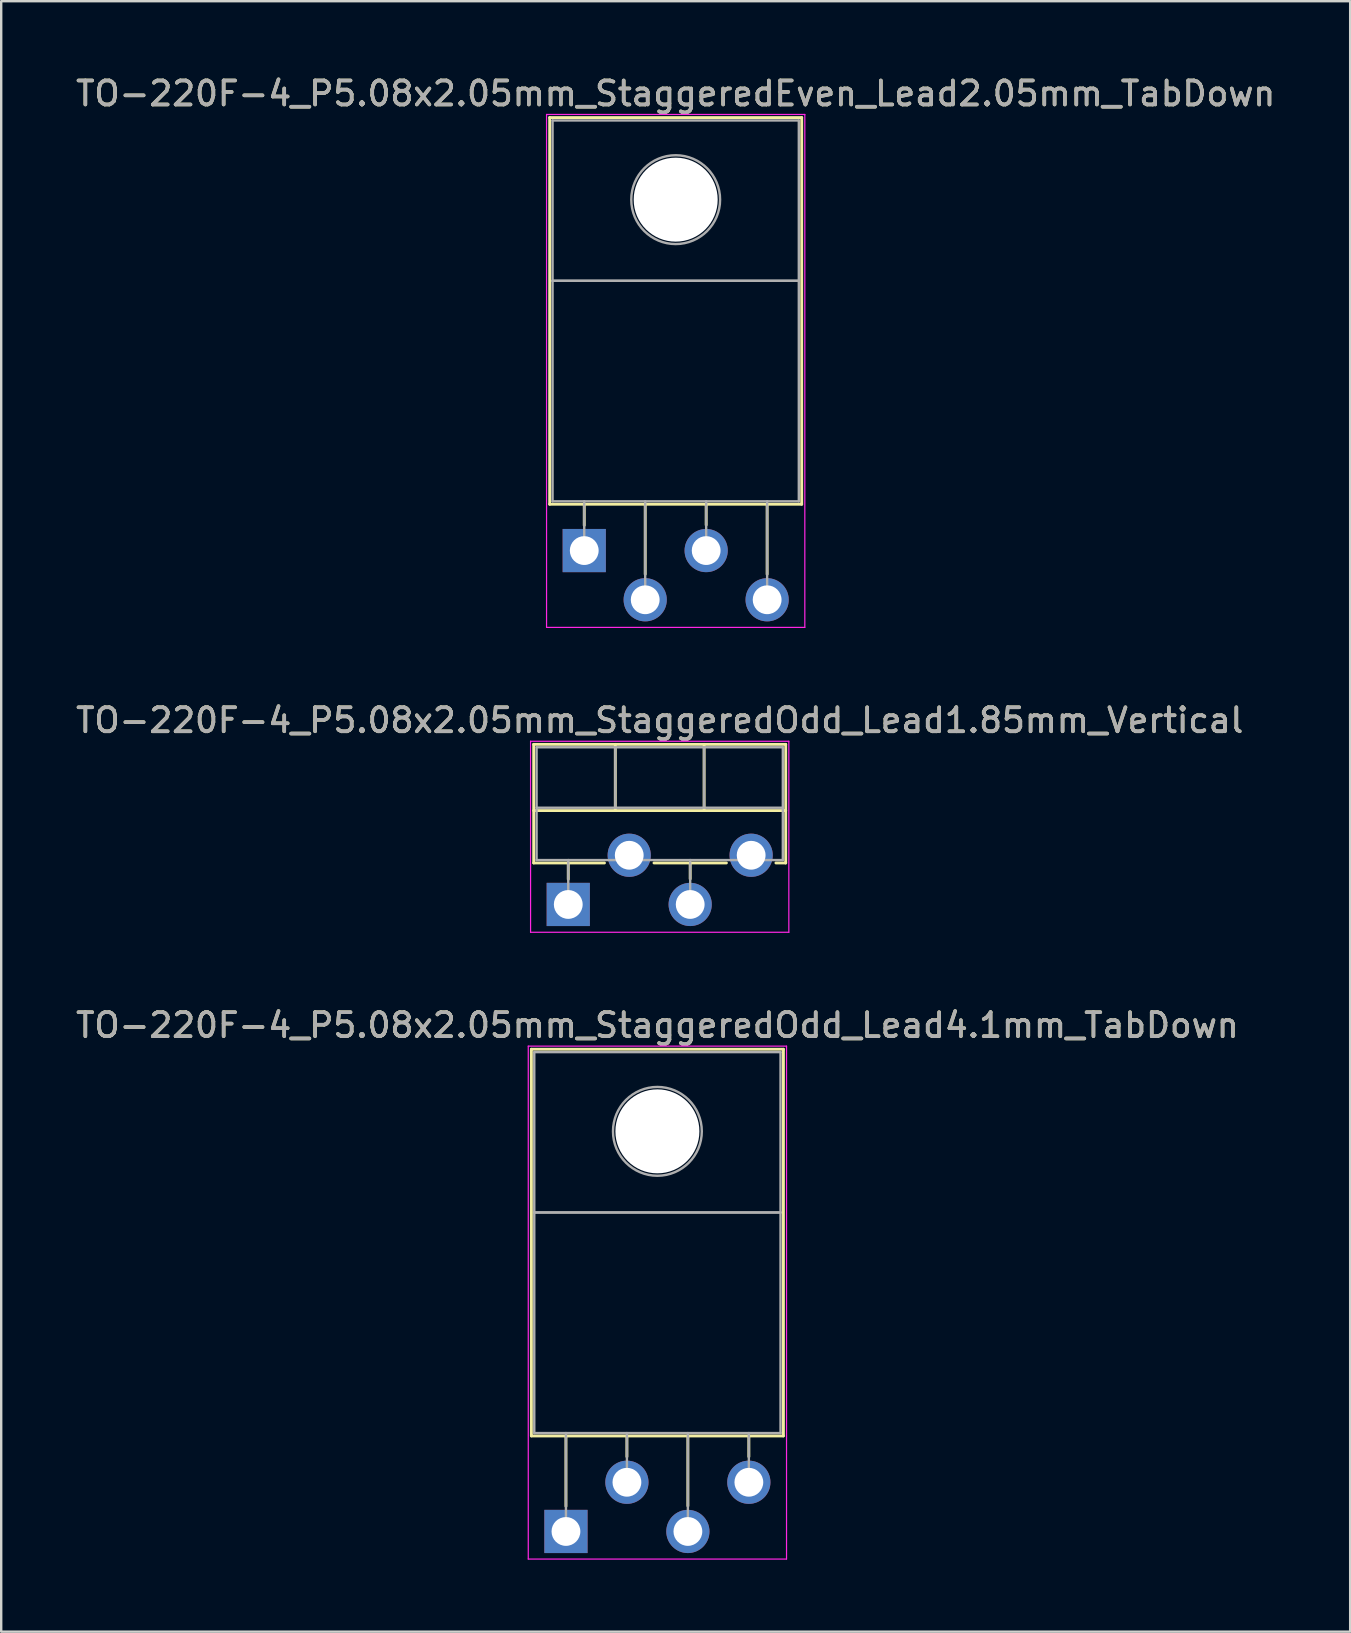
<source format=kicad_pcb>
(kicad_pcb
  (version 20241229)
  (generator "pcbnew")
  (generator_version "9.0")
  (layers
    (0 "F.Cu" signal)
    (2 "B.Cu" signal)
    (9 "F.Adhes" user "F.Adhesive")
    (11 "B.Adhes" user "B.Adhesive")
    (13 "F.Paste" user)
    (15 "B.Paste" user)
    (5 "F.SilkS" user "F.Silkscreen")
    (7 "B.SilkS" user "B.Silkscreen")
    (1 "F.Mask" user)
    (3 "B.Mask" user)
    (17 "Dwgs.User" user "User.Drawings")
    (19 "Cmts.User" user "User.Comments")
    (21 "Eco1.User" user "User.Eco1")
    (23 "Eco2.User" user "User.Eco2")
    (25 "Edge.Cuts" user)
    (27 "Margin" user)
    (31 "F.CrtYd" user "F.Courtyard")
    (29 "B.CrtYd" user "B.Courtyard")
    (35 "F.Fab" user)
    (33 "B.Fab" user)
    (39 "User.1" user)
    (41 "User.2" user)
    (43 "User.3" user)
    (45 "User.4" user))
  (footprint "TO-220F-4_P5.08x2.05mm_StaggeredEven_Lead2.05mm_TabDown"
    (layer "F.Cu")
    (at 21.291 19.888)
    (property "Reference" "TO-220F-4_P5.08x2.05mm_StaggeredEven_Lead2.05mm_TabDown" (at 3.81 -19.04 0) (layer "F.SilkS") (effects (font (size 1 1) (thickness 0.15))))
    (attr through_hole)
    (fp_line (start -1.44 -18.04) (end -1.44 -1.93) (stroke (width 0.12) (type solid)) (layer "F.SilkS"))
    (fp_line (start -1.44 -18.04) (end 9.06 -18.04) (stroke (width 0.12) (type solid)) (layer "F.SilkS"))
    (fp_line (start -1.44 -1.93) (end 9.06 -1.93) (stroke (width 0.12) (type solid)) (layer "F.SilkS"))
    (fp_line (start 0 -1.93) (end 0 -1.05) (stroke (width 0.12) (type solid)) (layer "F.SilkS"))
    (fp_line (start 2.54 -1.93) (end 2.54 0.985) (stroke (width 0.12) (type solid)) (layer "F.SilkS"))
    (fp_line (start 5.08 -1.93) (end 5.08 -1.066) (stroke (width 0.12) (type solid)) (layer "F.SilkS"))
    (fp_line (start 7.62 -1.93) (end 7.62 0.985) (stroke (width 0.12) (type solid)) (layer "F.SilkS"))
    (fp_line (start 9.06 -18.04) (end 9.06 -1.93) (stroke (width 0.12) (type solid)) (layer "F.SilkS"))
    (fp_line (start -1.57 -18.17) (end -1.57 3.2) (stroke (width 0.05) (type solid)) (layer "F.CrtYd"))
    (fp_line (start -1.57 3.2) (end 9.19 3.2) (stroke (width 0.05) (type solid)) (layer "F.CrtYd"))
    (fp_line (start 9.19 -18.17) (end -1.57 -18.17) (stroke (width 0.05) (type solid)) (layer "F.CrtYd"))
    (fp_line (start 9.19 3.2) (end 9.19 -18.17) (stroke (width 0.05) (type solid)) (layer "F.CrtYd"))
    (fp_line (start -1.32 -17.92) (end 8.94 -17.92) (stroke (width 0.1) (type solid)) (layer "F.Fab"))
    (fp_line (start -1.32 -11.24) (end -1.32 -17.92) (stroke (width 0.1) (type solid)) (layer "F.Fab"))
    (fp_line (start -1.32 -11.24) (end 8.94 -11.24) (stroke (width 0.1) (type solid)) (layer "F.Fab"))
    (fp_line (start -1.32 -2.05) (end -1.32 -11.24) (stroke (width 0.1) (type solid)) (layer "F.Fab"))
    (fp_line (start 0 -2.05) (end 0 0) (stroke (width 0.1) (type solid)) (layer "F.Fab"))
    (fp_line (start 2.54 -2.05) (end 2.54 2.05) (stroke (width 0.1) (type solid)) (layer "F.Fab"))
    (fp_line (start 5.08 -2.05) (end 5.08 0) (stroke (width 0.1) (type solid)) (layer "F.Fab"))
    (fp_line (start 7.62 -2.05) (end 7.62 2.05) (stroke (width 0.1) (type solid)) (layer "F.Fab"))
    (fp_line (start 8.94 -17.92) (end 8.94 -11.24) (stroke (width 0.1) (type solid)) (layer "F.Fab"))
    (fp_line (start 8.94 -11.24) (end -1.32 -11.24) (stroke (width 0.1) (type solid)) (layer "F.Fab"))
    (fp_line (start 8.94 -11.24) (end 8.94 -2.05) (stroke (width 0.1) (type solid)) (layer "F.Fab"))
    (fp_line (start 8.94 -2.05) (end -1.32 -2.05) (stroke (width 0.1) (type solid)) (layer "F.Fab"))
    (fp_circle (center 3.81 -14.62) (end 5.66 -14.62) (stroke (width 0.1) (type solid)) (fill no) (layer "F.Fab"))
    (fp_text user "${REFERENCE}" (at 3.81 -19.04 0) (layer "F.Fab") (effects (font (size 1 1) (thickness 0.15))))
    (pad "" np_thru_hole oval (at 3.81 -14.62) (size 3.5 3.5) (drill 3.5) (layers "*.Cu" "*.Mask"))
    (pad "1" thru_hole rect (at 0 0) (size 1.8 1.8) (drill 1.2) (layers "*.Cu" "*.Mask"))
    (pad "2" thru_hole oval (at 2.54 2.05) (size 1.8 1.8) (drill 1.2) (layers "*.Cu" "*.Mask"))
    (pad "3" thru_hole oval (at 5.08 0) (size 1.8 1.8) (drill 1.2) (layers "*.Cu" "*.Mask"))
    (pad "4" thru_hole oval (at 7.62 2.05) (size 1.8 1.8) (drill 1.2) (layers "*.Cu" "*.Mask")))
  (footprint "TO-220F-4_P5.08x2.05mm_StaggeredOdd_Lead4.1mm_TabDown"
    (layer "F.Cu")
    (at 20.529 60.755)
    (property "Reference" "TO-220F-4_P5.08x2.05mm_StaggeredOdd_Lead4.1mm_TabDown" (at 3.81 -21.09 0) (layer "F.SilkS") (effects (font (size 1 1) (thickness 0.15))))
    (attr through_hole)
    (fp_line (start -1.44 -20.09) (end -1.44 -3.98) (stroke (width 0.12) (type solid)) (layer "F.SilkS"))
    (fp_line (start -1.44 -20.09) (end 9.06 -20.09) (stroke (width 0.12) (type solid)) (layer "F.SilkS"))
    (fp_line (start -1.44 -3.98) (end 9.06 -3.98) (stroke (width 0.12) (type solid)) (layer "F.SilkS"))
    (fp_line (start 0 -3.98) (end 0 -1.05) (stroke (width 0.12) (type solid)) (layer "F.SilkS"))
    (fp_line (start 2.54 -3.98) (end 2.54 -3.116) (stroke (width 0.12) (type solid)) (layer "F.SilkS"))
    (fp_line (start 5.08 -3.98) (end 5.08 -1.065) (stroke (width 0.12) (type solid)) (layer "F.SilkS"))
    (fp_line (start 7.62 -3.98) (end 7.62 -3.116) (stroke (width 0.12) (type solid)) (layer "F.SilkS"))
    (fp_line (start 9.06 -20.09) (end 9.06 -3.98) (stroke (width 0.12) (type solid)) (layer "F.SilkS"))
    (fp_line (start -1.57 -20.22) (end -1.57 1.15) (stroke (width 0.05) (type solid)) (layer "F.CrtYd"))
    (fp_line (start -1.57 1.15) (end 9.19 1.15) (stroke (width 0.05) (type solid)) (layer "F.CrtYd"))
    (fp_line (start 9.19 -20.22) (end -1.57 -20.22) (stroke (width 0.05) (type solid)) (layer "F.CrtYd"))
    (fp_line (start 9.19 1.15) (end 9.19 -20.22) (stroke (width 0.05) (type solid)) (layer "F.CrtYd"))
    (fp_line (start -1.32 -19.97) (end 8.94 -19.97) (stroke (width 0.1) (type solid)) (layer "F.Fab"))
    (fp_line (start -1.32 -13.29) (end -1.32 -19.97) (stroke (width 0.1) (type solid)) (layer "F.Fab"))
    (fp_line (start -1.32 -13.29) (end 8.94 -13.29) (stroke (width 0.1) (type solid)) (layer "F.Fab"))
    (fp_line (start -1.32 -4.1) (end -1.32 -13.29) (stroke (width 0.1) (type solid)) (layer "F.Fab"))
    (fp_line (start 0 -4.1) (end 0 0) (stroke (width 0.1) (type solid)) (layer "F.Fab"))
    (fp_line (start 2.54 -4.1) (end 2.54 -2.05) (stroke (width 0.1) (type solid)) (layer "F.Fab"))
    (fp_line (start 5.08 -4.1) (end 5.08 0) (stroke (width 0.1) (type solid)) (layer "F.Fab"))
    (fp_line (start 7.62 -4.1) (end 7.62 -2.05) (stroke (width 0.1) (type solid)) (layer "F.Fab"))
    (fp_line (start 8.94 -19.97) (end 8.94 -13.29) (stroke (width 0.1) (type solid)) (layer "F.Fab"))
    (fp_line (start 8.94 -13.29) (end -1.32 -13.29) (stroke (width 0.1) (type solid)) (layer "F.Fab"))
    (fp_line (start 8.94 -13.29) (end 8.94 -4.1) (stroke (width 0.1) (type solid)) (layer "F.Fab"))
    (fp_line (start 8.94 -4.1) (end -1.32 -4.1) (stroke (width 0.1) (type solid)) (layer "F.Fab"))
    (fp_circle (center 3.81 -16.67) (end 5.66 -16.67) (stroke (width 0.1) (type solid)) (fill no) (layer "F.Fab"))
    (fp_text user "${REFERENCE}" (at 3.81 -21.09 0) (layer "F.Fab") (effects (font (size 1 1) (thickness 0.15))))
    (pad "" np_thru_hole oval (at 3.81 -16.67) (size 3.5 3.5) (drill 3.5) (layers "*.Cu" "*.Mask"))
    (pad "1" thru_hole rect (at 0 0) (size 1.8 1.8) (drill 1.2) (layers "*.Cu" "*.Mask"))
    (pad "2" thru_hole oval (at 2.54 -2.05) (size 1.8 1.8) (drill 1.2) (layers "*.Cu" "*.Mask"))
    (pad "3" thru_hole oval (at 5.08 0) (size 1.8 1.8) (drill 1.2) (layers "*.Cu" "*.Mask"))
    (pad "4" thru_hole oval (at 7.62 -2.05) (size 1.8 1.8) (drill 1.2) (layers "*.Cu" "*.Mask")))
  (footprint "TO-220F-4_P5.08x2.05mm_StaggeredOdd_Lead1.85mm_Vertical"
    (layer "F.Cu")
    (at 20.625 34.632)
    (property "Reference" "TO-220F-4_P5.08x2.05mm_StaggeredOdd_Lead1.85mm_Vertical" (at 3.81 -7.67 0) (layer "F.SilkS") (effects (font (size 1 1) (thickness 0.15))))
    (attr through_hole)
    (fp_line (start -1.44 -6.67) (end -1.44 -1.729) (stroke (width 0.12) (type solid)) (layer "F.SilkS"))
    (fp_line (start -1.44 -6.67) (end 9.06 -6.67) (stroke (width 0.12) (type solid)) (layer "F.SilkS"))
    (fp_line (start -1.44 -3.911) (end 9.06 -3.911) (stroke (width 0.12) (type solid)) (layer "F.SilkS"))
    (fp_line (start -1.44 -1.729) (end 1.509 -1.729) (stroke (width 0.12) (type solid)) (layer "F.SilkS"))
    (fp_line (start 0 -1.729) (end 0 -1.05) (stroke (width 0.12) (type solid)) (layer "F.SilkS"))
    (fp_line (start 1.96 -6.67) (end 1.96 -3.911) (stroke (width 0.12) (type solid)) (layer "F.SilkS"))
    (fp_line (start 3.572 -1.729) (end 6.589 -1.729) (stroke (width 0.12) (type solid)) (layer "F.SilkS"))
    (fp_line (start 5.08 -1.729) (end 5.08 -1.065) (stroke (width 0.12) (type solid)) (layer "F.SilkS"))
    (fp_line (start 5.66 -6.67) (end 5.66 -3.911) (stroke (width 0.12) (type solid)) (layer "F.SilkS"))
    (fp_line (start 8.652 -1.729) (end 9.06 -1.729) (stroke (width 0.12) (type solid)) (layer "F.SilkS"))
    (fp_line (start 9.06 -6.67) (end 9.06 -1.729) (stroke (width 0.12) (type solid)) (layer "F.SilkS"))
    (fp_line (start -1.57 -6.8) (end -1.57 1.16) (stroke (width 0.05) (type solid)) (layer "F.CrtYd"))
    (fp_line (start -1.57 1.16) (end 9.19 1.16) (stroke (width 0.05) (type solid)) (layer "F.CrtYd"))
    (fp_line (start 9.19 -6.8) (end -1.57 -6.8) (stroke (width 0.05) (type solid)) (layer "F.CrtYd"))
    (fp_line (start 9.19 1.16) (end 9.19 -6.8) (stroke (width 0.05) (type solid)) (layer "F.CrtYd"))
    (fp_line (start -1.32 -6.55) (end -1.32 -1.85) (stroke (width 0.1) (type solid)) (layer "F.Fab"))
    (fp_line (start -1.32 -4.03) (end 8.94 -4.03) (stroke (width 0.1) (type solid)) (layer "F.Fab"))
    (fp_line (start -1.32 -1.85) (end 8.94 -1.85) (stroke (width 0.1) (type solid)) (layer "F.Fab"))
    (fp_line (start 0 -1.85) (end 0 0) (stroke (width 0.1) (type solid)) (layer "F.Fab"))
    (fp_line (start 1.96 -6.55) (end 1.96 -4.03) (stroke (width 0.1) (type solid)) (layer "F.Fab"))
    (fp_line (start 5.08 -1.85) (end 5.08 0) (stroke (width 0.1) (type solid)) (layer "F.Fab"))
    (fp_line (start 5.66 -6.55) (end 5.66 -4.03) (stroke (width 0.1) (type solid)) (layer "F.Fab"))
    (fp_line (start 8.94 -6.55) (end -1.32 -6.55) (stroke (width 0.1) (type solid)) (layer "F.Fab"))
    (fp_line (start 8.94 -1.85) (end 8.94 -6.55) (stroke (width 0.1) (type solid)) (layer "F.Fab"))
    (fp_text user "${REFERENCE}" (at 3.81 -7.67 0) (layer "F.Fab") (effects (font (size 1 1) (thickness 0.15))))
    (pad "1" thru_hole rect (at 0 0) (size 1.8 1.8) (drill 1.2) (layers "*.Cu" "*.Mask"))
    (pad "2" thru_hole oval (at 2.54 -2.05) (size 1.8 1.8) (drill 1.2) (layers "*.Cu" "*.Mask"))
    (pad "3" thru_hole oval (at 5.08 0) (size 1.8 1.8) (drill 1.2) (layers "*.Cu" "*.Mask"))
    (pad "4" thru_hole oval (at 7.62 -2.05) (size 1.8 1.8) (drill 1.2) (layers "*.Cu" "*.Mask")))
  (gr_rect
    (start -3 -3)
    (end 53.202 64.93)
    (stroke (width 0.1) (type default))
    (fill no)
    (layer "Edge.Cuts")))
</source>
